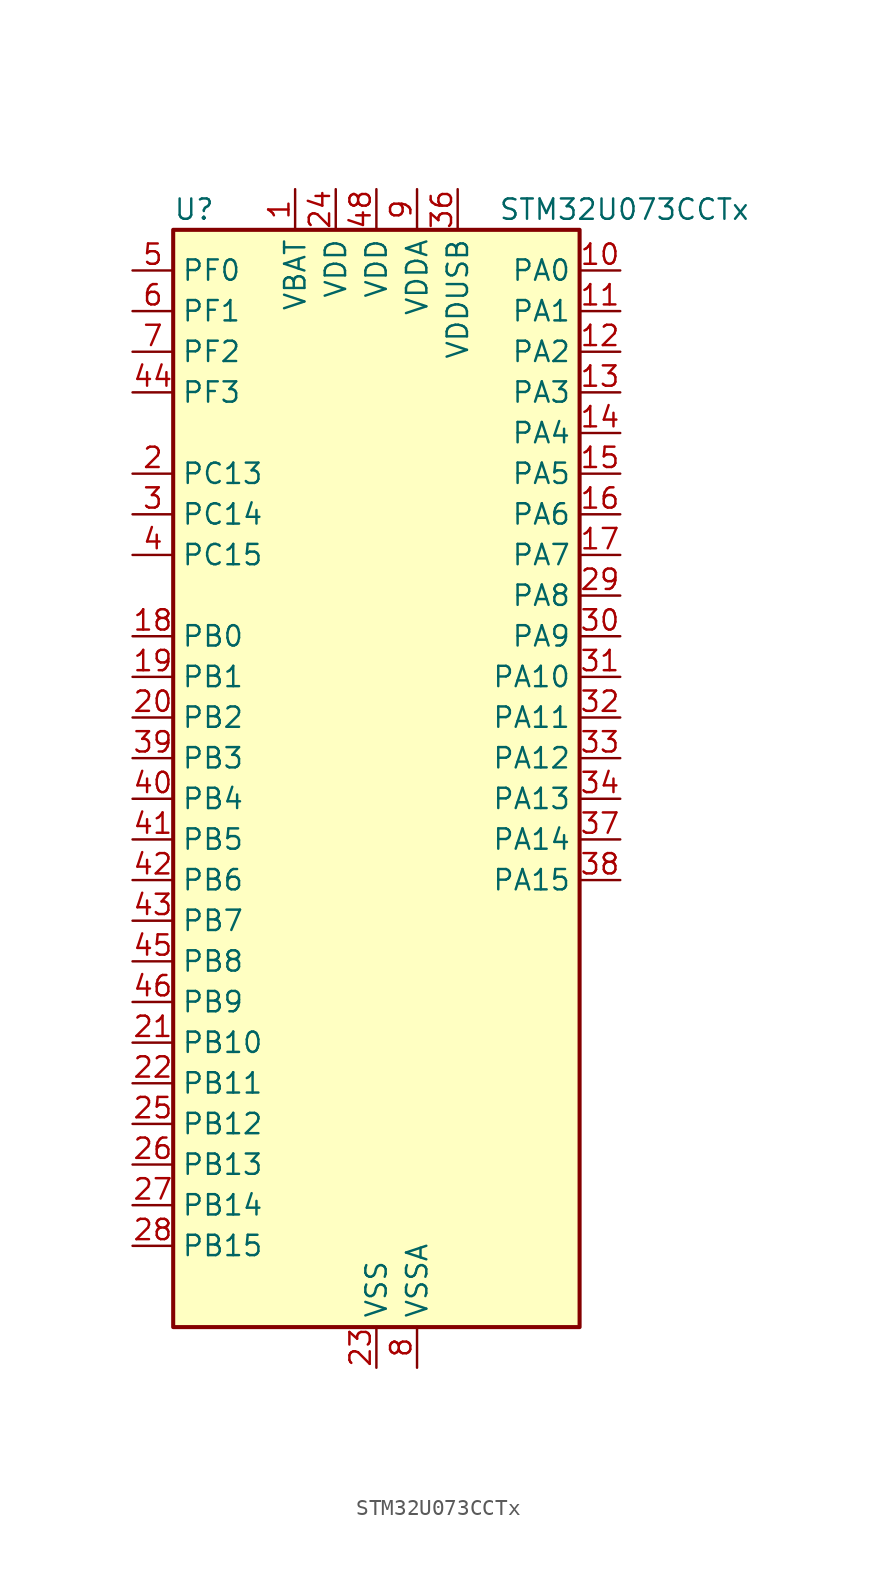
<source format=kicad_sym>
(kicad_symbol_lib
  (version 20231120)
  (generator "kicad_symbol_editor")
  (generator_version "8.99")
  (symbol "STM32U073CCTx"
    (property "Reference" "U"
      (at -12.7 36.83 0)
      (effects (font (size 1.27 1.27)) (justify left)))
    (property "Value" "STM32U073CCTx"
      (at 7.62 36.83 0)
      (effects (font (size 1.27 1.27)) (justify left)))
    (property "ki_locked" ""
      (at 0 0 0)
      (effects (font (size 1.27 1.27))))
    (symbol "STM32U073CCTx_0_1"
      (rectangle (start -12.7 -33.02) (end 12.7 35.56) (stroke (width 0.254) (type default)) (fill (type background))))
    (symbol "STM32U073CCTx_1_1"
      (pin power_in line (at -5.08 38.1 270) (length 2.54) (name "VBAT" (effects (font (size 1.27 1.27)))) (number "1" (effects (font (size 1.27 1.27)))))
      (pin bidirectional line (at 15.24 33.02 180) (length 2.54) (name "PA0" (effects (font (size 1.27 1.27)))) (number "10" (effects (font (size 1.27 1.27)))) (alternate "ADC1_IN4" bidirectional line) (alternate "COMP1_INM" bidirectional line) (alternate "COMP1_OUT" bidirectional line) (alternate "LCD_SEG42" bidirectional line) (alternate "OPAMP1_VINP" bidirectional line) (alternate "PWR_WKUP1" bidirectional line) (alternate "TAMP_IN2" bidirectional line) (alternate "TIM2_CH1" bidirectional line) (alternate "TIM2_ETR" bidirectional line) (alternate "USART2_CTS" bidirectional line) (alternate "USART4_TX" bidirectional line))
      (pin bidirectional line (at 15.24 30.48 180) (length 2.54) (name "PA1" (effects (font (size 1.27 1.27)))) (number "11" (effects (font (size 1.27 1.27)))) (alternate "ADC1_IN5" bidirectional line) (alternate "COMP1_INP" bidirectional line) (alternate "LCD_SEG0" bidirectional line) (alternate "LPTIM1_CH2" bidirectional line) (alternate "OPAMP1_VINM" bidirectional line) (alternate "PWR_WKUP3" bidirectional line) (alternate "SPI1_SCK" bidirectional line) (alternate "SPI2_SCK" bidirectional line) (alternate "TAMP_IN5" bidirectional line) (alternate "TIM15_CH1N" bidirectional line) (alternate "TIM2_CH2" bidirectional line) (alternate "USART2_DE" bidirectional line) (alternate "USART2_RTS" bidirectional line) (alternate "USART4_RX" bidirectional line))
      (pin bidirectional line (at 15.24 27.94 180) (length 2.54) (name "PA2" (effects (font (size 1.27 1.27)))) (number "12" (effects (font (size 1.27 1.27)))) (alternate "ADC1_IN6" bidirectional line) (alternate "COMP2_INM" bidirectional line) (alternate "COMP2_OUT" bidirectional line) (alternate "LCD_SEG1" bidirectional line) (alternate "LPUART1_TX" bidirectional line) (alternate "PWR_WKUP4" bidirectional line) (alternate "RCC_LSCO" bidirectional line) (alternate "TIM15_CH1" bidirectional line) (alternate "TIM2_CH3" bidirectional line) (alternate "USART2_TX" bidirectional line))
      (pin bidirectional line (at 15.24 25.4 180) (length 2.54) (name "PA3" (effects (font (size 1.27 1.27)))) (number "13" (effects (font (size 1.27 1.27)))) (alternate "ADC1_IN7" bidirectional line) (alternate "COMP2_INP" bidirectional line) (alternate "LCD_SEG2" bidirectional line) (alternate "LPUART1_RX" bidirectional line) (alternate "OPAMP1_VOUT" bidirectional line) (alternate "TIM15_CH2" bidirectional line) (alternate "TIM2_CH4" bidirectional line) (alternate "USART2_RX" bidirectional line))
      (pin bidirectional line (at 15.24 22.86 180) (length 2.54) (name "PA4" (effects (font (size 1.27 1.27)))) (number "14" (effects (font (size 1.27 1.27)))) (alternate "ADC1_IN8" bidirectional line) (alternate "COMP1_INM" bidirectional line) (alternate "COMP2_INM" bidirectional line) (alternate "DAC1_OUT1" bidirectional line) (alternate "LCD_SEG43" bidirectional line) (alternate "LPTIM2_CH1" bidirectional line) (alternate "LPUART3_TX" bidirectional line) (alternate "SPI1_NSS" bidirectional line) (alternate "SPI3_NSS" bidirectional line) (alternate "USART2_CK" bidirectional line))
      (pin bidirectional line (at 15.24 20.32 180) (length 2.54) (name "PA5" (effects (font (size 1.27 1.27)))) (number "15" (effects (font (size 1.27 1.27)))) (alternate "ADC1_IN9" bidirectional line) (alternate "COMP1_INM" bidirectional line) (alternate "COMP2_INM" bidirectional line) (alternate "LCD_SEG44" bidirectional line) (alternate "LPTIM2_ETR" bidirectional line) (alternate "LPUART3_RX" bidirectional line) (alternate "SPI1_SCK" bidirectional line) (alternate "TIM2_CH1" bidirectional line) (alternate "TIM2_ETR" bidirectional line) (alternate "USART3_TX" bidirectional line))
      (pin bidirectional line (at 15.24 17.78 180) (length 2.54) (name "PA6" (effects (font (size 1.27 1.27)))) (number "16" (effects (font (size 1.27 1.27)))) (alternate "ADC1_IN10" bidirectional line) (alternate "COMP1_OUT" bidirectional line) (alternate "I2C2_SDA" bidirectional line) (alternate "I2C3_SDA" bidirectional line) (alternate "LCD_SEG3" bidirectional line) (alternate "LPUART1_CTS" bidirectional line) (alternate "SPI1_MISO" bidirectional line) (alternate "TIM16_CH1" bidirectional line) (alternate "TIM1_BKIN" bidirectional line) (alternate "TIM3_CH1" bidirectional line) (alternate "TSC_G5_IO1" bidirectional line) (alternate "USART3_CTS" bidirectional line))
      (pin bidirectional line (at 15.24 15.24 180) (length 2.54) (name "PA7" (effects (font (size 1.27 1.27)))) (number "17" (effects (font (size 1.27 1.27)))) (alternate "ADC1_IN14" bidirectional line) (alternate "COMP2_OUT" bidirectional line) (alternate "I2C2_SCL" bidirectional line) (alternate "I2C3_SCL" bidirectional line) (alternate "LCD_SEG4" bidirectional line) (alternate "LPTIM2_CH2" bidirectional line) (alternate "SPI1_MOSI" bidirectional line) (alternate "TIM1_CH1N" bidirectional line) (alternate "TIM3_CH2" bidirectional line) (alternate "USART3_RX" bidirectional line))
      (pin bidirectional line (at -15.24 10.16 0) (length 2.54) (name "PB0" (effects (font (size 1.27 1.27)))) (number "18" (effects (font (size 1.27 1.27)))) (alternate "ADC1_IN17" bidirectional line) (alternate "COMP1_OUT" bidirectional line) (alternate "LCD_SEG5" bidirectional line) (alternate "LPTIM3_CH1" bidirectional line) (alternate "LPUART2_CTS" bidirectional line) (alternate "SPI1_NSS" bidirectional line) (alternate "TIM1_CH2N" bidirectional line) (alternate "TIM3_CH3" bidirectional line) (alternate "TSC_G5_IO2" bidirectional line) (alternate "USART3_CK" bidirectional line))
      (pin bidirectional line (at -15.24 7.62 0) (length 2.54) (name "PB1" (effects (font (size 1.27 1.27)))) (number "19" (effects (font (size 1.27 1.27)))) (alternate "ADC1_IN18" bidirectional line) (alternate "COMP1_INM" bidirectional line) (alternate "LCD_SEG6" bidirectional line) (alternate "LPTIM2_IN1" bidirectional line) (alternate "LPTIM3_CH2" bidirectional line) (alternate "LPUART1_DE" bidirectional line) (alternate "LPUART1_RTS" bidirectional line) (alternate "LPUART2_DE" bidirectional line) (alternate "LPUART2_RTS" bidirectional line) (alternate "TIM1_CH3N" bidirectional line) (alternate "TIM3_CH4" bidirectional line) (alternate "TSC_SYNC" bidirectional line) (alternate "USART3_DE" bidirectional line) (alternate "USART3_RTS" bidirectional line))
      (pin bidirectional line (at -15.24 20.32 0) (length 2.54) (name "PC13" (effects (font (size 1.27 1.27)))) (number "2" (effects (font (size 1.27 1.27)))) (alternate "LPTIM1_CH3" bidirectional line) (alternate "LPTIM3_CH3" bidirectional line) (alternate "PWR_WKUP2" bidirectional line) (alternate "RTC_OUT1" bidirectional line) (alternate "RTC_TS" bidirectional line) (alternate "TAMP_IN1" bidirectional line))
      (pin bidirectional line (at -15.24 5.08 0) (length 2.54) (name "PB2" (effects (font (size 1.27 1.27)))) (number "20" (effects (font (size 1.27 1.27)))) (alternate "COMP1_INP" bidirectional line) (alternate "LPTIM1_CH1" bidirectional line) (alternate "RTC_OUT2" bidirectional line))
      (pin bidirectional line (at -15.24 -15.24 0) (length 2.54) (name "PB10" (effects (font (size 1.27 1.27)))) (number "21" (effects (font (size 1.27 1.27)))) (alternate "COMP1_OUT" bidirectional line) (alternate "I2C2_SCL" bidirectional line) (alternate "I2C4_SCL" bidirectional line) (alternate "LCD_SEG10" bidirectional line) (alternate "LPTIM3_CH1" bidirectional line) (alternate "LPUART1_RX" bidirectional line) (alternate "LPUART2_RX" bidirectional line) (alternate "SPI2_SCK" bidirectional line) (alternate "TIM2_CH3" bidirectional line) (alternate "TSC_G5_IO3" bidirectional line) (alternate "USART3_TX" bidirectional line))
      (pin bidirectional line (at -15.24 -17.78 0) (length 2.54) (name "PB11" (effects (font (size 1.27 1.27)))) (number "22" (effects (font (size 1.27 1.27)))) (alternate "ADC1_EXTI11" bidirectional line) (alternate "COMP2_OUT" bidirectional line) (alternate "I2C2_SDA" bidirectional line) (alternate "I2C4_SDA" bidirectional line) (alternate "LCD_SEG11" bidirectional line) (alternate "LPUART1_TX" bidirectional line) (alternate "LPUART2_TX" bidirectional line) (alternate "TIM2_CH4" bidirectional line) (alternate "TSC_G5_IO4" bidirectional line) (alternate "USART3_RX" bidirectional line))
      (pin power_in line (at 0 -35.56 90) (length 2.54) (name "VSS" (effects (font (size 1.27 1.27)))) (number "23" (effects (font (size 1.27 1.27)))))
      (pin power_in line (at -2.54 38.1 270) (length 2.54) (name "VDD" (effects (font (size 1.27 1.27)))) (number "24" (effects (font (size 1.27 1.27)))))
      (pin bidirectional line (at -15.24 -20.32 0) (length 2.54) (name "PB12" (effects (font (size 1.27 1.27)))) (number "25" (effects (font (size 1.27 1.27)))) (alternate "LCD_SEG12" bidirectional line) (alternate "LPUART1_DE" bidirectional line) (alternate "LPUART1_RTS" bidirectional line) (alternate "SPI2_NSS" bidirectional line) (alternate "TIM15_BKIN" bidirectional line) (alternate "TIM1_BKIN" bidirectional line) (alternate "TSC_G1_IO1" bidirectional line) (alternate "USART3_CK" bidirectional line))
      (pin bidirectional line (at -15.24 -22.86 0) (length 2.54) (name "PB13" (effects (font (size 1.27 1.27)))) (number "26" (effects (font (size 1.27 1.27)))) (alternate "I2C2_SCL" bidirectional line) (alternate "LCD_SEG13" bidirectional line) (alternate "LPTIM3_IN1" bidirectional line) (alternate "LPUART1_CTS" bidirectional line) (alternate "SPI2_SCK" bidirectional line) (alternate "TIM15_CH1N" bidirectional line) (alternate "TIM1_CH1N" bidirectional line) (alternate "TSC_G1_IO2" bidirectional line) (alternate "USART3_CTS" bidirectional line))
      (pin bidirectional line (at -15.24 -25.4 0) (length 2.54) (name "PB14" (effects (font (size 1.27 1.27)))) (number "27" (effects (font (size 1.27 1.27)))) (alternate "I2C2_SDA" bidirectional line) (alternate "LCD_SEG14" bidirectional line) (alternate "LPTIM3_ETR" bidirectional line) (alternate "SPI2_MISO" bidirectional line) (alternate "TIM15_CH1" bidirectional line) (alternate "TIM1_CH2N" bidirectional line) (alternate "TSC_G1_IO3" bidirectional line) (alternate "USART3_DE" bidirectional line) (alternate "USART3_RTS" bidirectional line))
      (pin bidirectional line (at -15.24 -27.94 0) (length 2.54) (name "PB15" (effects (font (size 1.27 1.27)))) (number "28" (effects (font (size 1.27 1.27)))) (alternate "LCD_SEG15" bidirectional line) (alternate "PWR_WKUP7" bidirectional line) (alternate "RTC_REFIN" bidirectional line) (alternate "SPI2_MOSI" bidirectional line) (alternate "TAMP_IN3" bidirectional line) (alternate "TIM15_CH2" bidirectional line) (alternate "TIM1_CH3N" bidirectional line) (alternate "TSC_G1_IO4" bidirectional line))
      (pin bidirectional line (at 15.24 12.7 180) (length 2.54) (name "PA8" (effects (font (size 1.27 1.27)))) (number "29" (effects (font (size 1.27 1.27)))) (alternate "LCD_COM0" bidirectional line) (alternate "LPTIM2_CH1" bidirectional line) (alternate "RCC_MCO" bidirectional line) (alternate "RCC_MCO2" bidirectional line) (alternate "TIM1_CH1" bidirectional line) (alternate "TSC_G7_IO1" bidirectional line) (alternate "USART1_CK" bidirectional line))
      (pin bidirectional line (at -15.24 17.78 0) (length 2.54) (name "PC14" (effects (font (size 1.27 1.27)))) (number "3" (effects (font (size 1.27 1.27)))) (alternate "RCC_OSC32_IN" bidirectional line))
      (pin bidirectional line (at 15.24 10.16 180) (length 2.54) (name "PA9" (effects (font (size 1.27 1.27)))) (number "30" (effects (font (size 1.27 1.27)))) (alternate "COMP1_INP" bidirectional line) (alternate "DAC1_EXTI9" bidirectional line) (alternate "I2C1_SCL" bidirectional line) (alternate "I2C2_SCL" bidirectional line) (alternate "LCD_COM1" bidirectional line) (alternate "RCC_MCO" bidirectional line) (alternate "TIM15_BKIN" bidirectional line) (alternate "TIM1_CH2" bidirectional line) (alternate "TSC_G7_IO2" bidirectional line) (alternate "USART1_TX" bidirectional line))
      (pin bidirectional line (at 15.24 7.62 180) (length 2.54) (name "PA10" (effects (font (size 1.27 1.27)))) (number "31" (effects (font (size 1.27 1.27)))) (alternate "CRS_SYNC" bidirectional line) (alternate "I2C1_SDA" bidirectional line) (alternate "I2C2_SDA" bidirectional line) (alternate "LCD_COM2" bidirectional line) (alternate "RCC_MCO2" bidirectional line) (alternate "SPI2_NSS" bidirectional line) (alternate "TIM1_CH3" bidirectional line) (alternate "TSC_G7_IO3" bidirectional line) (alternate "USART1_RX" bidirectional line))
      (pin bidirectional line (at 15.24 5.08 180) (length 2.54) (name "PA11" (effects (font (size 1.27 1.27)))) (number "32" (effects (font (size 1.27 1.27)))) (alternate "ADC1_EXTI11" bidirectional line) (alternate "COMP1_OUT" bidirectional line) (alternate "SPI1_MISO" bidirectional line) (alternate "SPI2_MISO" bidirectional line) (alternate "TIM1_BKIN2" bidirectional line) (alternate "TIM1_CH4" bidirectional line) (alternate "USART1_CTS" bidirectional line) (alternate "USB_DM" bidirectional line))
      (pin bidirectional line (at 15.24 2.54 180) (length 2.54) (name "PA12" (effects (font (size 1.27 1.27)))) (number "33" (effects (font (size 1.27 1.27)))) (alternate "SPI1_MOSI" bidirectional line) (alternate "SPI2_MOSI" bidirectional line) (alternate "TIM1_ETR" bidirectional line) (alternate "USART1_DE" bidirectional line) (alternate "USART1_RTS" bidirectional line) (alternate "USB_DP" bidirectional line))
      (pin bidirectional line (at 15.24 0 180) (length 2.54) (name "PA13" (effects (font (size 1.27 1.27)))) (number "34" (effects (font (size 1.27 1.27)))) (alternate "DEBUG_JTMS-SWDIO" bidirectional line) (alternate "IR_OUT" bidirectional line) (alternate "LCD_SEG40" bidirectional line) (alternate "TSC_G7_IO4" bidirectional line) (alternate "USB_NOE" bidirectional line))
      (pin passive line (at 0 -35.56 90) (length 2.54) hide (name "VSS" (effects (font (size 1.27 1.27)))) (number "35" (effects (font (size 1.27 1.27)))))
      (pin power_in line (at 5.08 38.1 270) (length 2.54) (name "VDDUSB" (effects (font (size 1.27 1.27)))) (number "36" (effects (font (size 1.27 1.27)))))
      (pin bidirectional line (at 15.24 -2.54 180) (length 2.54) (name "PA14" (effects (font (size 1.27 1.27)))) (number "37" (effects (font (size 1.27 1.27)))) (alternate "DEBUG_JTCK-SWCLK" bidirectional line) (alternate "LCD_SEG41" bidirectional line) (alternate "LPTIM1_CH1" bidirectional line) (alternate "TSC_G3_IO4" bidirectional line))
      (pin bidirectional line (at 15.24 -5.08 180) (length 2.54) (name "PA15" (effects (font (size 1.27 1.27)))) (number "38" (effects (font (size 1.27 1.27)))) (alternate "DEBUG_JTDI" bidirectional line) (alternate "LCD_SEG17" bidirectional line) (alternate "LPTIM3_CH3" bidirectional line) (alternate "LPTIM3_IN2" bidirectional line) (alternate "SPI1_NSS" bidirectional line) (alternate "SPI3_NSS" bidirectional line) (alternate "TIM2_CH1" bidirectional line) (alternate "TIM2_ETR" bidirectional line) (alternate "TSC_G3_IO1" bidirectional line) (alternate "USART2_RX" bidirectional line) (alternate "USART3_DE" bidirectional line) (alternate "USART3_RTS" bidirectional line) (alternate "USART4_DE" bidirectional line) (alternate "USART4_RTS" bidirectional line))
      (pin bidirectional line (at -15.24 2.54 0) (length 2.54) (name "PB3" (effects (font (size 1.27 1.27)))) (number "39" (effects (font (size 1.27 1.27)))) (alternate "COMP2_INM" bidirectional line) (alternate "DEBUG_JTDO-SWO" bidirectional line) (alternate "I2C2_SCL" bidirectional line) (alternate "I2C3_SCL" bidirectional line) (alternate "LCD_SEG7" bidirectional line) (alternate "LPTIM1_CH3" bidirectional line) (alternate "SPI1_SCK" bidirectional line) (alternate "SPI3_SCK" bidirectional line) (alternate "TIM2_CH2" bidirectional line) (alternate "USART1_DE" bidirectional line) (alternate "USART1_RTS" bidirectional line))
      (pin bidirectional line (at -15.24 15.24 0) (length 2.54) (name "PC15" (effects (font (size 1.27 1.27)))) (number "4" (effects (font (size 1.27 1.27)))) (alternate "RCC_OSC32_EN" bidirectional line) (alternate "RCC_OSC32_OUT" bidirectional line) (alternate "RCC_OSC_EN" bidirectional line))
      (pin bidirectional line (at -15.24 0 0) (length 2.54) (name "PB4" (effects (font (size 1.27 1.27)))) (number "40" (effects (font (size 1.27 1.27)))) (alternate "COMP2_INP" bidirectional line) (alternate "I2C2_SDA" bidirectional line) (alternate "I2C3_SDA" bidirectional line) (alternate "LCD_SEG8" bidirectional line) (alternate "LPTIM1_CH4" bidirectional line) (alternate "LPUART3_DE" bidirectional line) (alternate "LPUART3_RTS" bidirectional line) (alternate "SPI1_MISO" bidirectional line) (alternate "SPI3_MISO" bidirectional line) (alternate "TIM3_CH1" bidirectional line) (alternate "TSC_G2_IO1" bidirectional line) (alternate "USART1_CTS" bidirectional line))
      (pin bidirectional line (at -15.24 -2.54 0) (length 2.54) (name "PB5" (effects (font (size 1.27 1.27)))) (number "41" (effects (font (size 1.27 1.27)))) (alternate "COMP2_OUT" bidirectional line) (alternate "LCD_SEG9" bidirectional line) (alternate "LPTIM1_IN1" bidirectional line) (alternate "LPUART3_CTS" bidirectional line) (alternate "SPI1_MOSI" bidirectional line) (alternate "SPI3_MOSI" bidirectional line) (alternate "TIM16_BKIN" bidirectional line) (alternate "TIM3_CH2" bidirectional line) (alternate "TSC_G2_IO2" bidirectional line) (alternate "USART1_CK" bidirectional line))
      (pin bidirectional line (at -15.24 -5.08 0) (length 2.54) (name "PB6" (effects (font (size 1.27 1.27)))) (number "42" (effects (font (size 1.27 1.27)))) (alternate "COMP2_INP" bidirectional line) (alternate "I2C1_SCL" bidirectional line) (alternate "I2C2_SCL" bidirectional line) (alternate "I2C4_SCL" bidirectional line) (alternate "LPTIM1_ETR" bidirectional line) (alternate "LPUART2_TX" bidirectional line) (alternate "LPUART3_TX" bidirectional line) (alternate "TIM16_CH1N" bidirectional line) (alternate "TSC_G2_IO3" bidirectional line) (alternate "USART1_TX" bidirectional line))
      (pin bidirectional line (at -15.24 -7.62 0) (length 2.54) (name "PB7" (effects (font (size 1.27 1.27)))) (number "43" (effects (font (size 1.27 1.27)))) (alternate "COMP2_INM" bidirectional line) (alternate "I2C1_SDA" bidirectional line) (alternate "I2C2_SDA" bidirectional line) (alternate "I2C4_SDA" bidirectional line) (alternate "LCD_SEG21" bidirectional line) (alternate "LPTIM1_IN2" bidirectional line) (alternate "LPUART2_RX" bidirectional line) (alternate "LPUART3_RX" bidirectional line) (alternate "PWR_PVD_IN" bidirectional line) (alternate "TSC_G2_IO4" bidirectional line) (alternate "USART1_RX" bidirectional line) (alternate "USART4_CTS" bidirectional line))
      (pin bidirectional line (at -15.24 25.4 0) (length 2.54) (name "PF3" (effects (font (size 1.27 1.27)))) (number "44" (effects (font (size 1.27 1.27)))))
      (pin bidirectional line (at -15.24 -10.16 0) (length 2.54) (name "PB8" (effects (font (size 1.27 1.27)))) (number "45" (effects (font (size 1.27 1.27)))) (alternate "I2C1_SCL" bidirectional line) (alternate "I2C2_SCL" bidirectional line) (alternate "LCD_SEG16" bidirectional line) (alternate "LPTIM1_IN2" bidirectional line) (alternate "LPTIM3_IN2" bidirectional line) (alternate "TIM16_CH1" bidirectional line) (alternate "USART3_TX" bidirectional line))
      (pin bidirectional line (at -15.24 -12.7 0) (length 2.54) (name "PB9" (effects (font (size 1.27 1.27)))) (number "46" (effects (font (size 1.27 1.27)))) (alternate "DAC1_EXTI9" bidirectional line) (alternate "I2C1_SDA" bidirectional line) (alternate "I2C2_SDA" bidirectional line) (alternate "IR_OUT" bidirectional line) (alternate "LCD_COM3" bidirectional line) (alternate "LPTIM1_CH4" bidirectional line) (alternate "LPTIM3_CH4" bidirectional line) (alternate "SPI2_NSS" bidirectional line) (alternate "USART3_RX" bidirectional line))
      (pin passive line (at 0 -35.56 90) (length 2.54) hide (name "VSS" (effects (font (size 1.27 1.27)))) (number "47" (effects (font (size 1.27 1.27)))))
      (pin power_in line (at 0 38.1 270) (length 2.54) (name "VDD" (effects (font (size 1.27 1.27)))) (number "48" (effects (font (size 1.27 1.27)))))
      (pin bidirectional line (at -15.24 33.02 0) (length 2.54) (name "PF0" (effects (font (size 1.27 1.27)))) (number "5" (effects (font (size 1.27 1.27)))) (alternate "RCC_OSC_IN" bidirectional line))
      (pin bidirectional line (at -15.24 30.48 0) (length 2.54) (name "PF1" (effects (font (size 1.27 1.27)))) (number "6" (effects (font (size 1.27 1.27)))) (alternate "RCC_OSC_EN" bidirectional line) (alternate "RCC_OSC_OUT" bidirectional line))
      (pin bidirectional line (at -15.24 27.94 0) (length 2.54) (name "PF2" (effects (font (size 1.27 1.27)))) (number "7" (effects (font (size 1.27 1.27)))) (alternate "RCC_MCO" bidirectional line))
      (pin power_in line (at 2.54 -35.56 90) (length 2.54) (name "VSSA" (effects (font (size 1.27 1.27)))) (number "8" (effects (font (size 1.27 1.27)))))
      (pin power_in line (at 2.54 38.1 270) (length 2.54) (name "VDDA" (effects (font (size 1.27 1.27)))) (number "9" (effects (font (size 1.27 1.27))))))))
</source>
